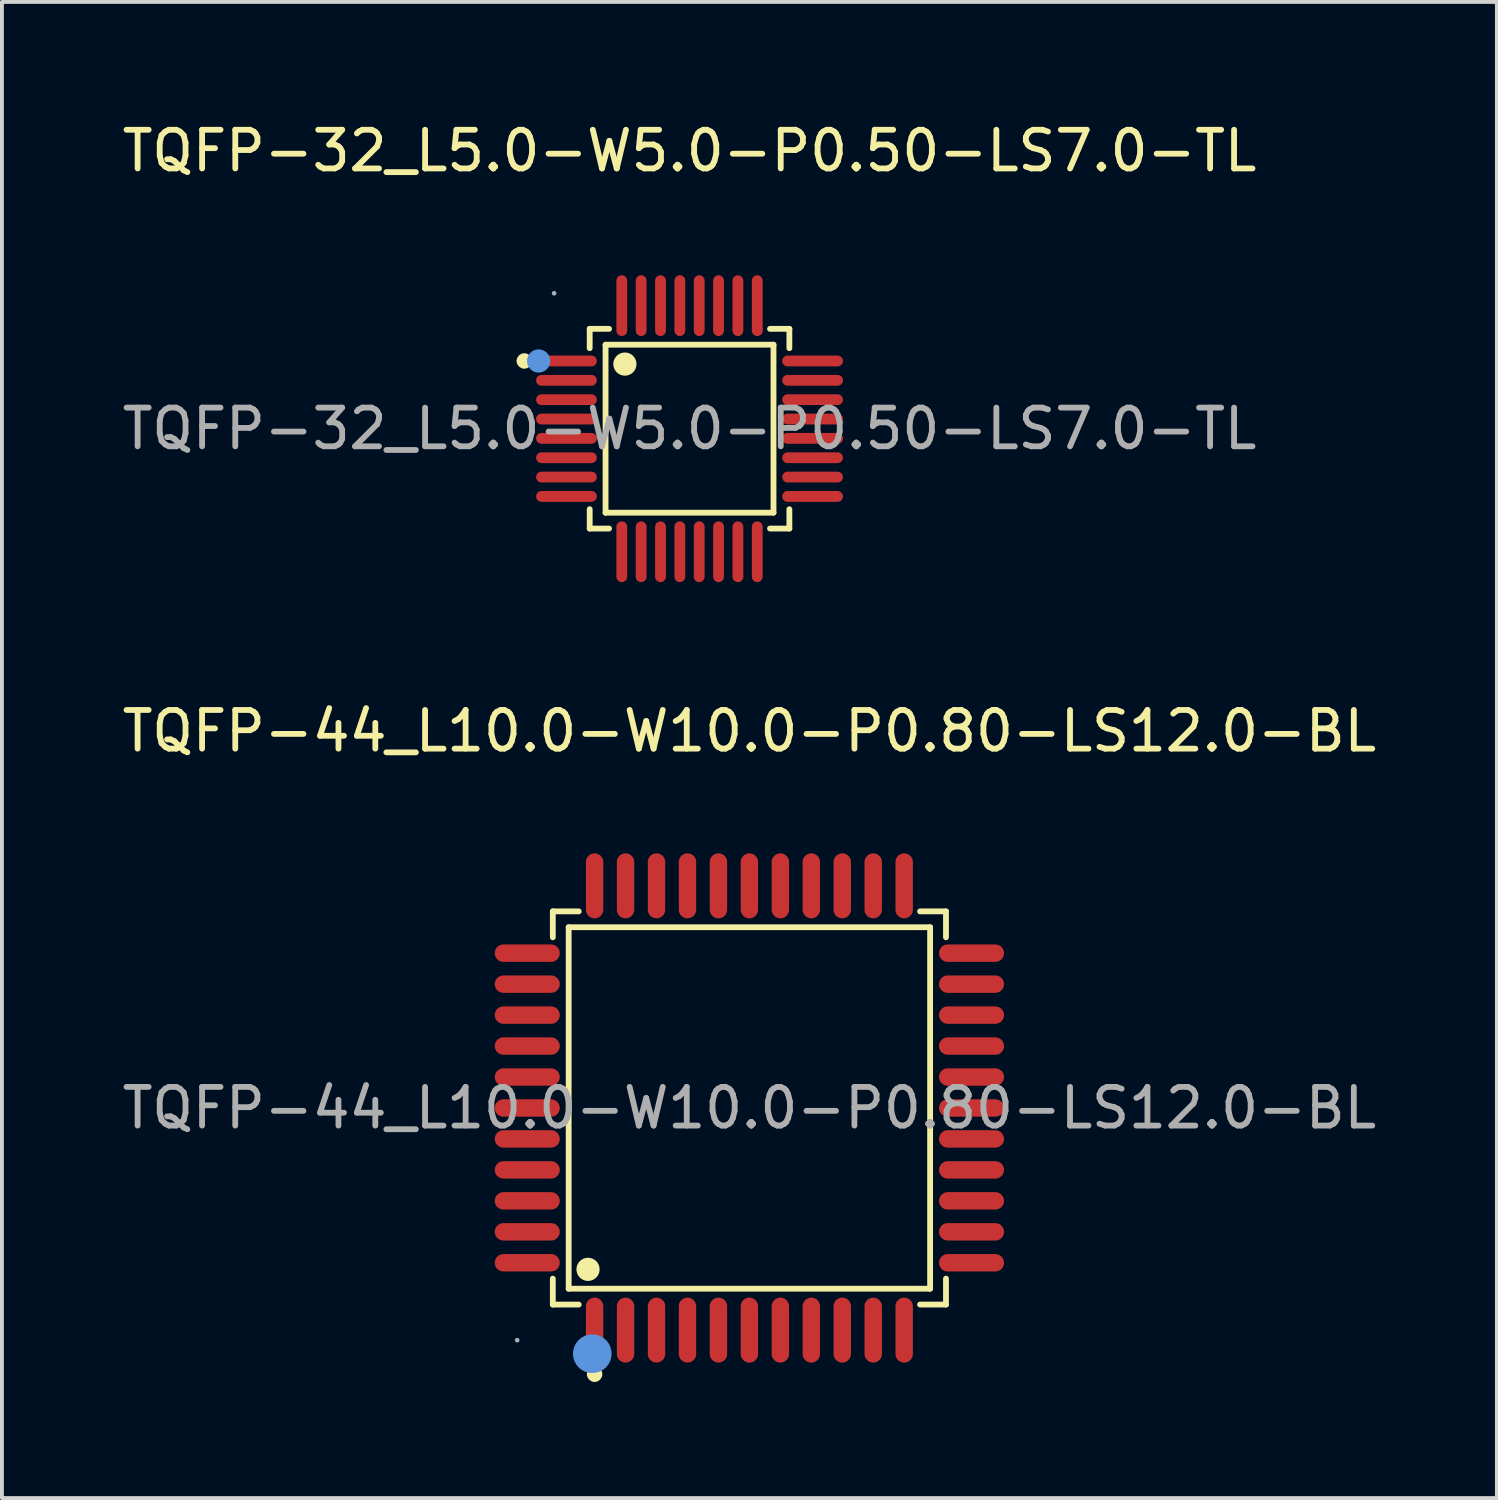
<source format=kicad_pcb>
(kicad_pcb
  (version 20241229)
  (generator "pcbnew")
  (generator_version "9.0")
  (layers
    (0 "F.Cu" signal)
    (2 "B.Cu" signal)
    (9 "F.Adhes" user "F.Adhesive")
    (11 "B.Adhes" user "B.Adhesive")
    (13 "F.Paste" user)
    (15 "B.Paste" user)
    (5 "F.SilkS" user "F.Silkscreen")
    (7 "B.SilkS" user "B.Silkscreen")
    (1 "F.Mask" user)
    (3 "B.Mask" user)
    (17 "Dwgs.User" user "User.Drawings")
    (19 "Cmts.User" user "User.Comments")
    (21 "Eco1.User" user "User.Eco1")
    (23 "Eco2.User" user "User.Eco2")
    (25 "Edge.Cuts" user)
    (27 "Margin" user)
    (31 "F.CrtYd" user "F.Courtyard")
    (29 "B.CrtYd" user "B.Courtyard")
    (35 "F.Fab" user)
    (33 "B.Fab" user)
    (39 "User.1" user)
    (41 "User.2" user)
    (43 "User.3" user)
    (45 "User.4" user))
  (footprint "TQFP-32_L5.0-W5.0-P0.50-LS7.0-TL"
    (layer "F.Cu")
    (at 14.768 8.028)
    (property "Reference" "TQFP-32_L5.0-W5.0-P0.50-LS7.0-TL" (at 0 -7.18 0) (layer "F.SilkS") (effects (font (size 1 1) (thickness 0.15))))
    (attr through_hole)
    (fp_line (start -2.58 -2.58) (end -2.58 -2.08) (stroke (width 0.15) (type solid)) (layer "F.SilkS"))
    (fp_line (start -2.58 2.58) (end -2.58 2.08) (stroke (width 0.15) (type solid)) (layer "F.SilkS"))
    (fp_line (start -2.17 -2.17) (end 2.17 -2.17) (stroke (width 0.15) (type solid)) (layer "F.SilkS"))
    (fp_line (start -2.17 2.17) (end -2.17 -2.17) (stroke (width 0.15) (type solid)) (layer "F.SilkS"))
    (fp_line (start -2.08 -2.58) (end -2.58 -2.58) (stroke (width 0.15) (type solid)) (layer "F.SilkS"))
    (fp_line (start -2.08 2.58) (end -2.58 2.58) (stroke (width 0.15) (type solid)) (layer "F.SilkS"))
    (fp_line (start 2.08 -2.58) (end 2.58 -2.58) (stroke (width 0.15) (type solid)) (layer "F.SilkS"))
    (fp_line (start 2.08 2.58) (end 2.58 2.58) (stroke (width 0.15) (type solid)) (layer "F.SilkS"))
    (fp_line (start 2.17 -2.17) (end 2.17 2.17) (stroke (width 0.15) (type solid)) (layer "F.SilkS"))
    (fp_line (start 2.17 2.17) (end -2.17 2.17) (stroke (width 0.15) (type solid)) (layer "F.SilkS"))
    (fp_line (start 2.58 -2.58) (end 2.58 -2.08) (stroke (width 0.15) (type solid)) (layer "F.SilkS"))
    (fp_line (start 2.58 2.58) (end 2.58 2.08) (stroke (width 0.15) (type solid)) (layer "F.SilkS"))
    (fp_circle (center -4.27 -1.75) (end -4.17 -1.75) (stroke (width 0.2) (type solid)) (fill no) (layer "F.SilkS"))
    (fp_circle (center -1.67 -1.67) (end -1.52 -1.67) (stroke (width 0.3) (type solid)) (fill no) (layer "F.SilkS"))
    (fp_circle (center -3.9 -1.75) (end -3.75 -1.75) (stroke (width 0.3) (type solid)) (fill no) (layer "Cmts.User"))
    (fp_circle (center -3.5 -3.5) (end -3.47 -3.5) (stroke (width 0.06) (type solid)) (fill no) (layer "F.Fab"))
    (fp_text user "${REFERENCE}" (at 0 0 0) (layer "F.Fab") (effects (font (size 1 1) (thickness 0.15))))
    (pad "1" smd oval (at -3.18 -1.75 270) (size 0.28 1.57) (layers "F.Cu" "F.Mask" "F.Paste"))
    (pad "2" smd oval (at -3.18 -1.25 270) (size 0.28 1.57) (layers "F.Cu" "F.Mask" "F.Paste"))
    (pad "3" smd oval (at -3.18 -0.75 270) (size 0.28 1.57) (layers "F.Cu" "F.Mask" "F.Paste"))
    (pad "4" smd oval (at -3.18 -0.25 270) (size 0.28 1.57) (layers "F.Cu" "F.Mask" "F.Paste"))
    (pad "5" smd oval (at -3.18 0.25 270) (size 0.28 1.57) (layers "F.Cu" "F.Mask" "F.Paste"))
    (pad "6" smd oval (at -3.18 0.75 270) (size 0.28 1.57) (layers "F.Cu" "F.Mask" "F.Paste"))
    (pad "7" smd oval (at -3.18 1.25 270) (size 0.28 1.57) (layers "F.Cu" "F.Mask" "F.Paste"))
    (pad "8" smd oval (at -3.18 1.75 270) (size 0.28 1.57) (layers "F.Cu" "F.Mask" "F.Paste"))
    (pad "9" smd oval (at -1.75 3.18 270) (size 1.57 0.28) (layers "F.Cu" "F.Mask" "F.Paste"))
    (pad "10" smd oval (at -1.25 3.18 270) (size 1.57 0.28) (layers "F.Cu" "F.Mask" "F.Paste"))
    (pad "11" smd oval (at -0.75 3.18 270) (size 1.57 0.28) (layers "F.Cu" "F.Mask" "F.Paste"))
    (pad "12" smd oval (at -0.25 3.18 270) (size 1.57 0.28) (layers "F.Cu" "F.Mask" "F.Paste"))
    (pad "13" smd oval (at 0.25 3.18 270) (size 1.57 0.28) (layers "F.Cu" "F.Mask" "F.Paste"))
    (pad "14" smd oval (at 0.75 3.18 270) (size 1.57 0.28) (layers "F.Cu" "F.Mask" "F.Paste"))
    (pad "15" smd oval (at 1.25 3.18 270) (size 1.57 0.28) (layers "F.Cu" "F.Mask" "F.Paste"))
    (pad "16" smd oval (at 1.75 3.18 270) (size 1.57 0.28) (layers "F.Cu" "F.Mask" "F.Paste"))
    (pad "17" smd oval (at 3.18 1.75 270) (size 0.28 1.57) (layers "F.Cu" "F.Mask" "F.Paste"))
    (pad "18" smd oval (at 3.18 1.25 270) (size 0.28 1.57) (layers "F.Cu" "F.Mask" "F.Paste"))
    (pad "19" smd oval (at 3.18 0.75 270) (size 0.28 1.57) (layers "F.Cu" "F.Mask" "F.Paste"))
    (pad "20" smd oval (at 3.18 0.25 270) (size 0.28 1.57) (layers "F.Cu" "F.Mask" "F.Paste"))
    (pad "21" smd oval (at 3.18 -0.25 270) (size 0.28 1.57) (layers "F.Cu" "F.Mask" "F.Paste"))
    (pad "22" smd oval (at 3.18 -0.75 270) (size 0.28 1.57) (layers "F.Cu" "F.Mask" "F.Paste"))
    (pad "23" smd oval (at 3.18 -1.25 270) (size 0.28 1.57) (layers "F.Cu" "F.Mask" "F.Paste"))
    (pad "24" smd oval (at 3.18 -1.75 270) (size 0.28 1.57) (layers "F.Cu" "F.Mask" "F.Paste"))
    (pad "25" smd oval (at 1.75 -3.18 270) (size 1.57 0.28) (layers "F.Cu" "F.Mask" "F.Paste"))
    (pad "26" smd oval (at 1.25 -3.18 270) (size 1.57 0.28) (layers "F.Cu" "F.Mask" "F.Paste"))
    (pad "27" smd oval (at 0.75 -3.18 270) (size 1.57 0.28) (layers "F.Cu" "F.Mask" "F.Paste"))
    (pad "28" smd oval (at 0.25 -3.18 270) (size 1.57 0.28) (layers "F.Cu" "F.Mask" "F.Paste"))
    (pad "29" smd oval (at -0.25 -3.18 270) (size 1.57 0.28) (layers "F.Cu" "F.Mask" "F.Paste"))
    (pad "30" smd oval (at -0.75 -3.18 270) (size 1.57 0.28) (layers "F.Cu" "F.Mask" "F.Paste"))
    (pad "31" smd oval (at -1.25 -3.18 270) (size 1.57 0.28) (layers "F.Cu" "F.Mask" "F.Paste"))
    (pad "32" smd oval (at -1.75 -3.18 270) (size 1.57 0.28) (layers "F.Cu" "F.Mask" "F.Paste")))
  (footprint "TQFP-44_L10.0-W10.0-P0.80-LS12.0-BL"
    (layer "F.Cu")
    (at 16.315 25.581)
    (property "Reference" "TQFP-44_L10.0-W10.0-P0.80-LS12.0-BL" (at 0 -9.74 0) (layer "F.SilkS") (effects (font (size 1 1) (thickness 0.15))))
    (attr through_hole)
    (fp_line (start -5.08 -5.08) (end -4.41 -5.08) (stroke (width 0.15) (type solid)) (layer "F.SilkS"))
    (fp_line (start -5.08 -4.41) (end -5.08 -5.08) (stroke (width 0.15) (type solid)) (layer "F.SilkS"))
    (fp_line (start -5.08 4.41) (end -5.08 5.08) (stroke (width 0.15) (type solid)) (layer "F.SilkS"))
    (fp_line (start -5.08 5.08) (end -4.41 5.08) (stroke (width 0.15) (type solid)) (layer "F.SilkS"))
    (fp_line (start -4.67 -4.67) (end 4.67 -4.67) (stroke (width 0.15) (type solid)) (layer "F.SilkS"))
    (fp_line (start -4.67 4.67) (end -4.67 -4.67) (stroke (width 0.15) (type solid)) (layer "F.SilkS"))
    (fp_line (start 4.67 -4.67) (end 4.67 4.67) (stroke (width 0.15) (type solid)) (layer "F.SilkS"))
    (fp_line (start 4.67 4.67) (end -4.67 4.67) (stroke (width 0.15) (type solid)) (layer "F.SilkS"))
    (fp_line (start 5.08 -5.08) (end 4.41 -5.08) (stroke (width 0.15) (type solid)) (layer "F.SilkS"))
    (fp_line (start 5.08 -4.41) (end 5.08 -5.08) (stroke (width 0.15) (type solid)) (layer "F.SilkS"))
    (fp_line (start 5.08 4.41) (end 5.08 5.08) (stroke (width 0.15) (type solid)) (layer "F.SilkS"))
    (fp_line (start 5.08 5.08) (end 4.41 5.08) (stroke (width 0.15) (type solid)) (layer "F.SilkS"))
    (fp_circle (center -4.17 4.17) (end -4.02 4.17) (stroke (width 0.3) (type solid)) (fill no) (layer "F.SilkS"))
    (fp_circle (center -4 6.88) (end -3.9 6.88) (stroke (width 0.2) (type solid)) (fill no) (layer "F.SilkS"))
    (fp_circle (center -4.06 6.35) (end -3.81 6.35) (stroke (width 0.5) (type solid)) (fill no) (layer "Cmts.User"))
    (fp_circle (center -6 6) (end -5.97 6) (stroke (width 0.06) (type solid)) (fill no) (layer "F.Fab"))
    (fp_text user "${REFERENCE}" (at 0 0 0) (layer "F.Fab") (effects (font (size 1 1) (thickness 0.15))))
    (pad "1" smd oval (at -4 5.74) (size 0.45 1.68) (layers "F.Cu" "F.Mask" "F.Paste"))
    (pad "2" smd oval (at -3.2 5.74) (size 0.45 1.68) (layers "F.Cu" "F.Mask" "F.Paste"))
    (pad "3" smd oval (at -2.4 5.74) (size 0.45 1.68) (layers "F.Cu" "F.Mask" "F.Paste"))
    (pad "4" smd oval (at -1.6 5.74) (size 0.45 1.68) (layers "F.Cu" "F.Mask" "F.Paste"))
    (pad "5" smd oval (at -0.8 5.74) (size 0.45 1.68) (layers "F.Cu" "F.Mask" "F.Paste"))
    (pad "6" smd oval (at 0 5.74) (size 0.45 1.68) (layers "F.Cu" "F.Mask" "F.Paste"))
    (pad "7" smd oval (at 0.8 5.74) (size 0.45 1.68) (layers "F.Cu" "F.Mask" "F.Paste"))
    (pad "8" smd oval (at 1.6 5.74) (size 0.45 1.68) (layers "F.Cu" "F.Mask" "F.Paste"))
    (pad "9" smd oval (at 2.4 5.74) (size 0.45 1.68) (layers "F.Cu" "F.Mask" "F.Paste"))
    (pad "10" smd oval (at 3.2 5.74) (size 0.45 1.68) (layers "F.Cu" "F.Mask" "F.Paste"))
    (pad "11" smd oval (at 4 5.74) (size 0.45 1.68) (layers "F.Cu" "F.Mask" "F.Paste"))
    (pad "12" smd oval (at 5.74 4) (size 1.68 0.45) (layers "F.Cu" "F.Mask" "F.Paste"))
    (pad "13" smd oval (at 5.74 3.2) (size 1.68 0.45) (layers "F.Cu" "F.Mask" "F.Paste"))
    (pad "14" smd oval (at 5.74 2.4) (size 1.68 0.45) (layers "F.Cu" "F.Mask" "F.Paste"))
    (pad "15" smd oval (at 5.74 1.6) (size 1.68 0.45) (layers "F.Cu" "F.Mask" "F.Paste"))
    (pad "16" smd oval (at 5.74 0.8) (size 1.68 0.45) (layers "F.Cu" "F.Mask" "F.Paste"))
    (pad "17" smd oval (at 5.74 0) (size 1.68 0.45) (layers "F.Cu" "F.Mask" "F.Paste"))
    (pad "18" smd oval (at 5.74 -0.8) (size 1.68 0.45) (layers "F.Cu" "F.Mask" "F.Paste"))
    (pad "19" smd oval (at 5.74 -1.6) (size 1.68 0.45) (layers "F.Cu" "F.Mask" "F.Paste"))
    (pad "20" smd oval (at 5.74 -2.4) (size 1.68 0.45) (layers "F.Cu" "F.Mask" "F.Paste"))
    (pad "21" smd oval (at 5.74 -3.2) (size 1.68 0.45) (layers "F.Cu" "F.Mask" "F.Paste"))
    (pad "22" smd oval (at 5.74 -4) (size 1.68 0.45) (layers "F.Cu" "F.Mask" "F.Paste"))
    (pad "23" smd oval (at 4 -5.74) (size 0.45 1.68) (layers "F.Cu" "F.Mask" "F.Paste"))
    (pad "24" smd oval (at 3.2 -5.74) (size 0.45 1.68) (layers "F.Cu" "F.Mask" "F.Paste"))
    (pad "25" smd oval (at 2.4 -5.74) (size 0.45 1.68) (layers "F.Cu" "F.Mask" "F.Paste"))
    (pad "26" smd oval (at 1.6 -5.74) (size 0.45 1.68) (layers "F.Cu" "F.Mask" "F.Paste"))
    (pad "27" smd oval (at 0.8 -5.74) (size 0.45 1.68) (layers "F.Cu" "F.Mask" "F.Paste"))
    (pad "28" smd oval (at 0 -5.74) (size 0.45 1.68) (layers "F.Cu" "F.Mask" "F.Paste"))
    (pad "29" smd oval (at -0.8 -5.74) (size 0.45 1.68) (layers "F.Cu" "F.Mask" "F.Paste"))
    (pad "30" smd oval (at -1.6 -5.74) (size 0.45 1.68) (layers "F.Cu" "F.Mask" "F.Paste"))
    (pad "31" smd oval (at -2.4 -5.74) (size 0.45 1.68) (layers "F.Cu" "F.Mask" "F.Paste"))
    (pad "32" smd oval (at -3.2 -5.74) (size 0.45 1.68) (layers "F.Cu" "F.Mask" "F.Paste"))
    (pad "33" smd oval (at -4 -5.74) (size 0.45 1.68) (layers "F.Cu" "F.Mask" "F.Paste"))
    (pad "34" smd oval (at -5.74 -4) (size 1.68 0.45) (layers "F.Cu" "F.Mask" "F.Paste"))
    (pad "35" smd oval (at -5.74 -3.2) (size 1.68 0.45) (layers "F.Cu" "F.Mask" "F.Paste"))
    (pad "36" smd oval (at -5.74 -2.4) (size 1.68 0.45) (layers "F.Cu" "F.Mask" "F.Paste"))
    (pad "37" smd oval (at -5.74 -1.6) (size 1.68 0.45) (layers "F.Cu" "F.Mask" "F.Paste"))
    (pad "38" smd oval (at -5.74 -0.8) (size 1.68 0.45) (layers "F.Cu" "F.Mask" "F.Paste"))
    (pad "39" smd oval (at -5.74 0) (size 1.68 0.45) (layers "F.Cu" "F.Mask" "F.Paste"))
    (pad "40" smd oval (at -5.74 0.8) (size 1.68 0.45) (layers "F.Cu" "F.Mask" "F.Paste"))
    (pad "41" smd oval (at -5.74 1.6) (size 1.68 0.45) (layers "F.Cu" "F.Mask" "F.Paste"))
    (pad "42" smd oval (at -5.74 2.4) (size 1.68 0.45) (layers "F.Cu" "F.Mask" "F.Paste"))
    (pad "43" smd oval (at -5.74 3.2) (size 1.68 0.45) (layers "F.Cu" "F.Mask" "F.Paste"))
    (pad "44" smd oval (at -5.74 4) (size 1.68 0.45) (layers "F.Cu" "F.Mask" "F.Paste")))
  (gr_rect
    (start -3 -3)
    (end 35.631 35.661)
    (stroke (width 0.1) (type default))
    (fill no)
    (layer "Edge.Cuts")))
</source>
